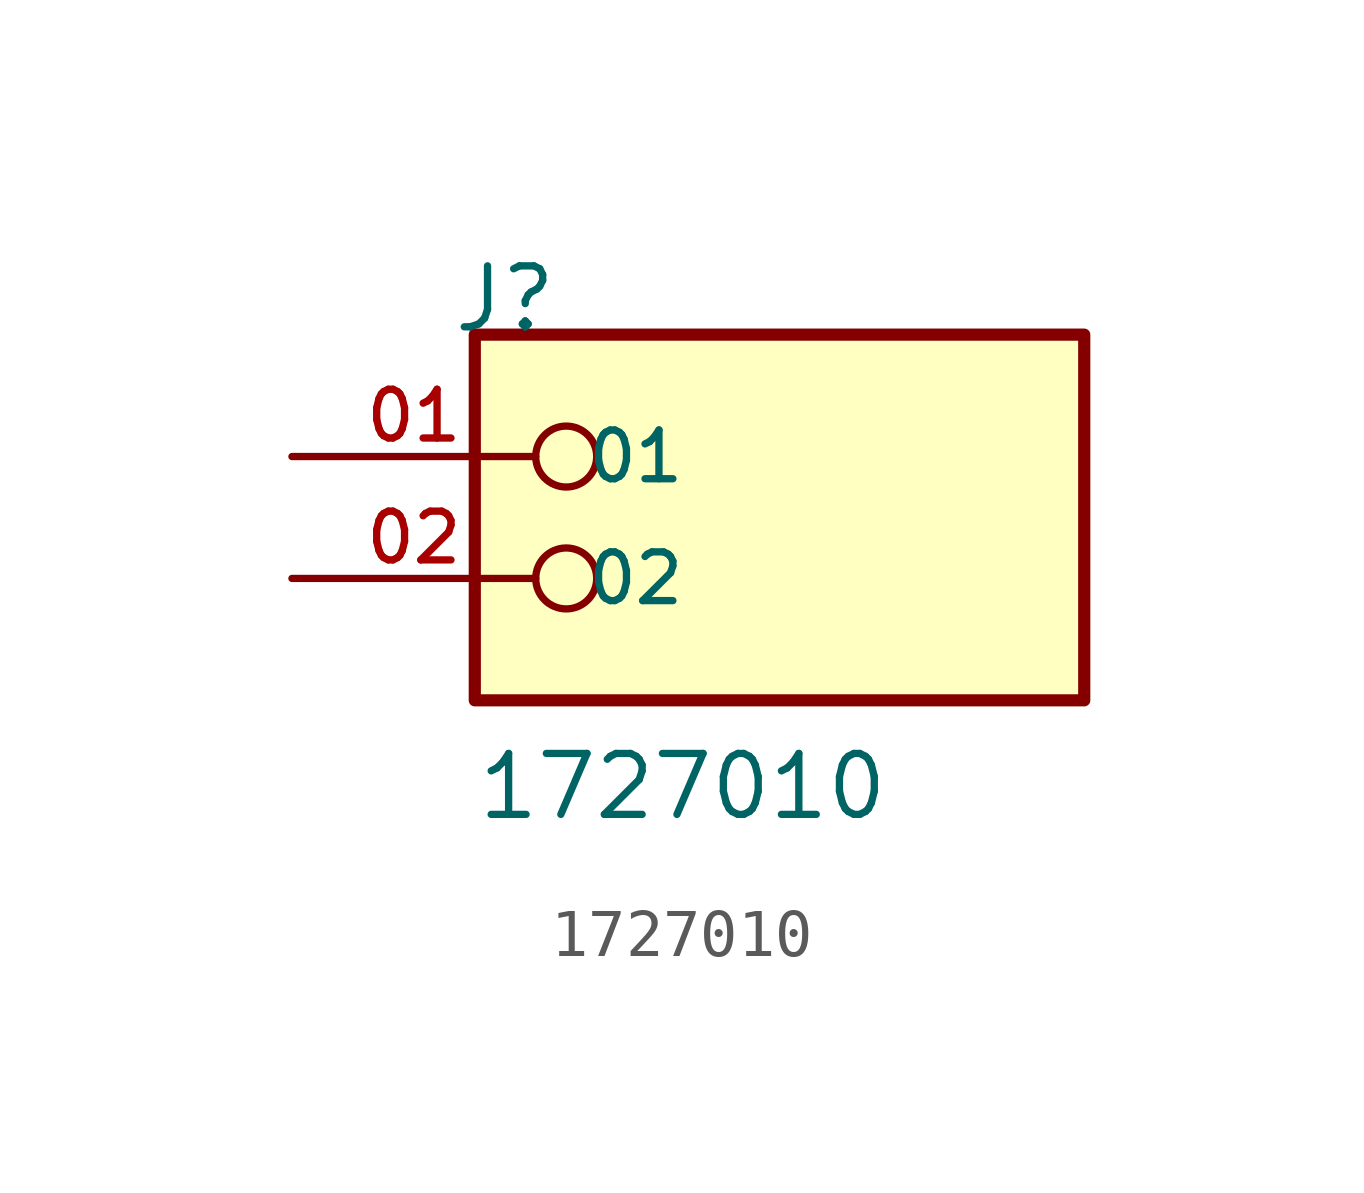
<source format=kicad_sym>
(kicad_symbol_lib
  (version 20211014)
  (generator kicad_symbol_editor)
  (symbol "1727010"
    (pin_names
      (offset 1.016))
    (property "Reference" "J"
      (at -6.85 5.08 0)
      (effects (font (size 1.27 1.27)) (justify bottom left)))
    (property "Value" "1727010"
      (at -6.35 -5.08 0)
      (effects (font (size 1.27 1.27)) (justify bottom left)))
    (symbol "1727010_0_0"
      (circle (center -4.445 2.54) (radius 0.635) (stroke (width 0.152)) (fill (type none)))
      (circle (center -4.445 0.0) (radius 0.635) (stroke (width 0.152)) (fill (type none)))
      (rectangle (start -6.35 -2.54) (end 6.35 5.08) (stroke (width 0.254)) (fill (type background)))
      (pin passive line (at -10.16 2.54 0) (length 5.08) (name "01" (effects (font (size 1.016 1.016)))) (number "01" (effects (font (size 1.016 1.016)))))
      (pin passive line (at -10.16 0.0 0) (length 5.08) (name "02" (effects (font (size 1.016 1.016)))) (number "02" (effects (font (size 1.016 1.016))))))))
</source>
